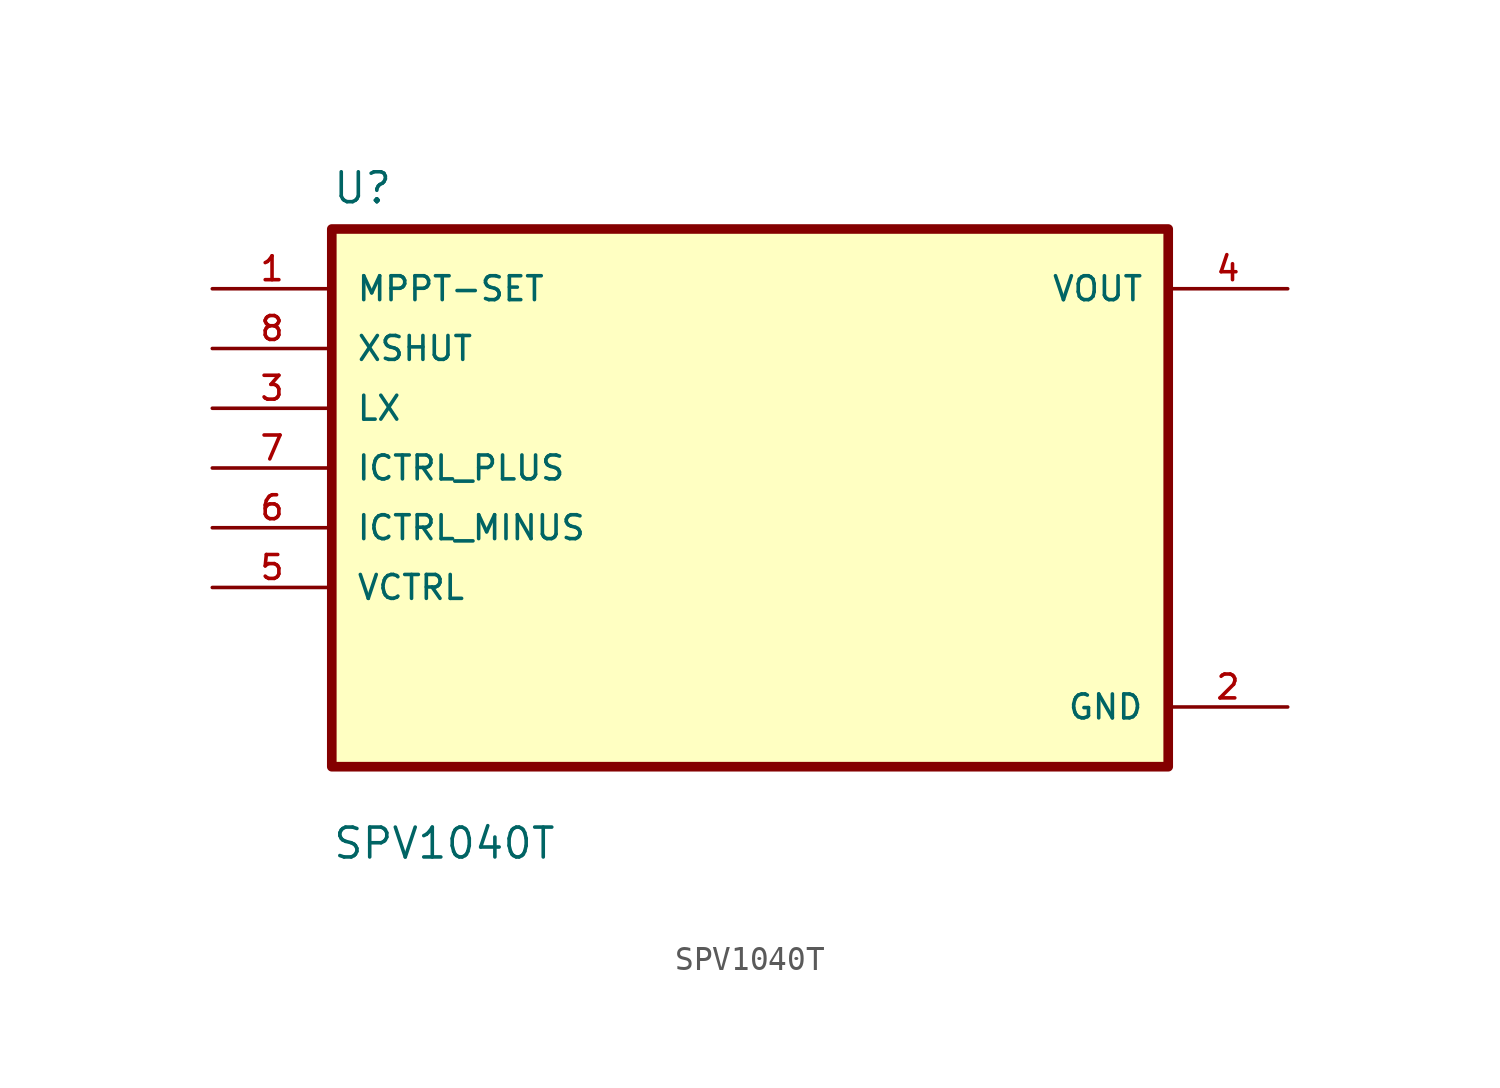
<source format=kicad_sym>
(kicad_symbol_lib
  (version 20211014)
  (generator kicad_symbol_editor)
  (symbol "SPV1040T"
    (pin_names
      (offset 1.016))
    (property "Reference" "U"
      (at -17.78 13.7 0.0)
      (effects (font (size 1.27 1.27)) (justify bottom left)))
    (property "Value" "SPV1040T"
      (at -17.78 -14.16 0.0)
      (effects (font (size 1.27 1.27)) (justify bottom left)))
    (symbol "SPV1040T_0_0"
      (rectangle (start -17.78 -10.16) (end 17.78 12.7) (stroke (width 0.41)) (fill (type background)))
      (pin input line (at -22.86 0.0 0) (length 5.08) (name "ICTRL_MINUS" (effects (font (size 1.016 1.016)))) (number "6" (effects (font (size 1.016 1.016)))))
      (pin input line (at -22.86 2.54 0) (length 5.08) (name "ICTRL_PLUS" (effects (font (size 1.016 1.016)))) (number "7" (effects (font (size 1.016 1.016)))))
      (pin output line (at 22.86 10.16 180.0) (length 5.08) (name "VOUT" (effects (font (size 1.016 1.016)))) (number "4" (effects (font (size 1.016 1.016)))))
      (pin input line (at -22.86 5.08 0) (length 5.08) (name "LX" (effects (font (size 1.016 1.016)))) (number "3" (effects (font (size 1.016 1.016)))))
      (pin input line (at -22.86 10.16 0) (length 5.08) (name "MPPT-SET" (effects (font (size 1.016 1.016)))) (number "1" (effects (font (size 1.016 1.016)))))
      (pin input line (at -22.86 -2.54 0) (length 5.08) (name "VCTRL" (effects (font (size 1.016 1.016)))) (number "5" (effects (font (size 1.016 1.016)))))
      (pin power_in line (at 22.86 -7.62 180.0) (length 5.08) (name "GND" (effects (font (size 1.016 1.016)))) (number "2" (effects (font (size 1.016 1.016)))))
      (pin input line (at -22.86 7.62 0) (length 5.08) (name "XSHUT" (effects (font (size 1.016 1.016)))) (number "8" (effects (font (size 1.016 1.016))))))))
</source>
